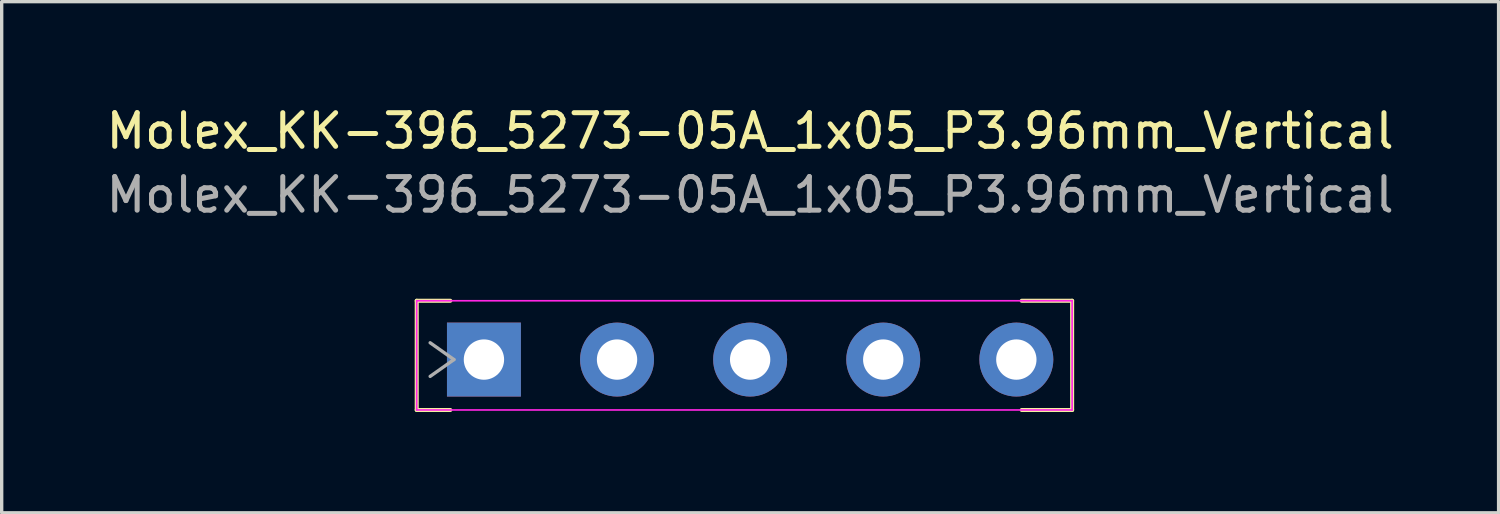
<source format=kicad_pcb>
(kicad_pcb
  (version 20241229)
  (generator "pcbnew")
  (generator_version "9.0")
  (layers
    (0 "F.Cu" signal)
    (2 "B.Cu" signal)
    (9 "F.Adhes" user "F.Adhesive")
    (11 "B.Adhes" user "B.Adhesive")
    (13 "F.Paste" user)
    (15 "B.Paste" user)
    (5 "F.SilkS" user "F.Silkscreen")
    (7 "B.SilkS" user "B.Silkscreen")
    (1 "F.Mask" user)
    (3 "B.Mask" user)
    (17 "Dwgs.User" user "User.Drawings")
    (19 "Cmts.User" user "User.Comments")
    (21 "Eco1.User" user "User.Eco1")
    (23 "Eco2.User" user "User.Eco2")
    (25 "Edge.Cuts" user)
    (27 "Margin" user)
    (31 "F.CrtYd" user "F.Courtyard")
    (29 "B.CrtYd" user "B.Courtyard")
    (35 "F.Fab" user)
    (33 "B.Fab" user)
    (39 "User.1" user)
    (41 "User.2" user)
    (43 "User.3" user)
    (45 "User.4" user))
  (footprint "Molex_KK-396_5273-05A_1x05_P3.96mm_Vertical"
    (layer "F.Cu")
    (at 11.348 7.648)
    (property "Reference" "Molex_KK-396_5273-05A_1x05_P3.96mm_Vertical" (at 7.92 -6.8 180) (layer "F.SilkS") (effects (font (size 1 1) (thickness 0.15))))
    (attr through_hole)
    (fp_line (start -2 -1.75) (end -2 1.5) (stroke (width 0.12) (type solid)) (layer "F.SilkS"))
    (fp_line (start -2 1.5) (end -1 1.5) (stroke (width 0.12) (type solid)) (layer "F.SilkS"))
    (fp_line (start -1 -1.75) (end -2 -1.75) (stroke (width 0.12) (type solid)) (layer "F.SilkS"))
    (fp_line (start 16 -1.75) (end 17.5 -1.75) (stroke (width 0.12) (type solid)) (layer "F.SilkS"))
    (fp_line (start 17.5 -1.75) (end 17.5 1.5) (stroke (width 0.12) (type solid)) (layer "F.SilkS"))
    (fp_line (start 17.5 1.5) (end 16 1.5) (stroke (width 0.12) (type solid)) (layer "F.SilkS"))
    (fp_line (start -2 -1.75) (end 17.5 -1.75) (stroke (width 0.05) (type solid)) (layer "F.CrtYd"))
    (fp_line (start -2 1.5) (end -2 -1.75) (stroke (width 0.05) (type solid)) (layer "F.CrtYd"))
    (fp_line (start 17.5 -1.75) (end 17.5 1.5) (stroke (width 0.05) (type solid)) (layer "F.CrtYd"))
    (fp_line (start 17.5 1.5) (end -2 1.5) (stroke (width 0.05) (type solid)) (layer "F.CrtYd"))
    (fp_line (start -1.6 -0.5) (end -0.893 0) (stroke (width 0.1) (type solid)) (layer "F.Fab"))
    (fp_line (start -0.893 0) (end -1.6 0.5) (stroke (width 0.1) (type solid)) (layer "F.Fab"))
    (fp_text user "${REFERENCE}" (at 7.92 -4.9 180) (layer "F.Fab") (effects (font (size 1 1) (thickness 0.15))))
    (pad "1" thru_hole rect (at 0 0) (size 2.2 2.2) (drill 1.2) (layers "*.Cu" "*.Mask"))
    (pad "2" thru_hole circle (at 3.96 0) (size 2.2 2.2) (drill 1.2) (layers "*.Cu" "*.Mask"))
    (pad "3" thru_hole circle (at 7.92 0) (size 2.2 2.2) (drill 1.2) (layers "*.Cu" "*.Mask"))
    (pad "4" thru_hole circle (at 11.88 0) (size 2.2 2.2) (drill 1.2) (layers "*.Cu" "*.Mask"))
    (pad "5" thru_hole circle (at 15.84 0) (size 2.2 2.2) (drill 1.2) (layers "*.Cu" "*.Mask")))
  (gr_rect
    (start -3 -3)
    (end 41.536 12.208)
    (stroke (width 0.1) (type default))
    (fill no)
    (layer "Edge.Cuts")))
</source>
